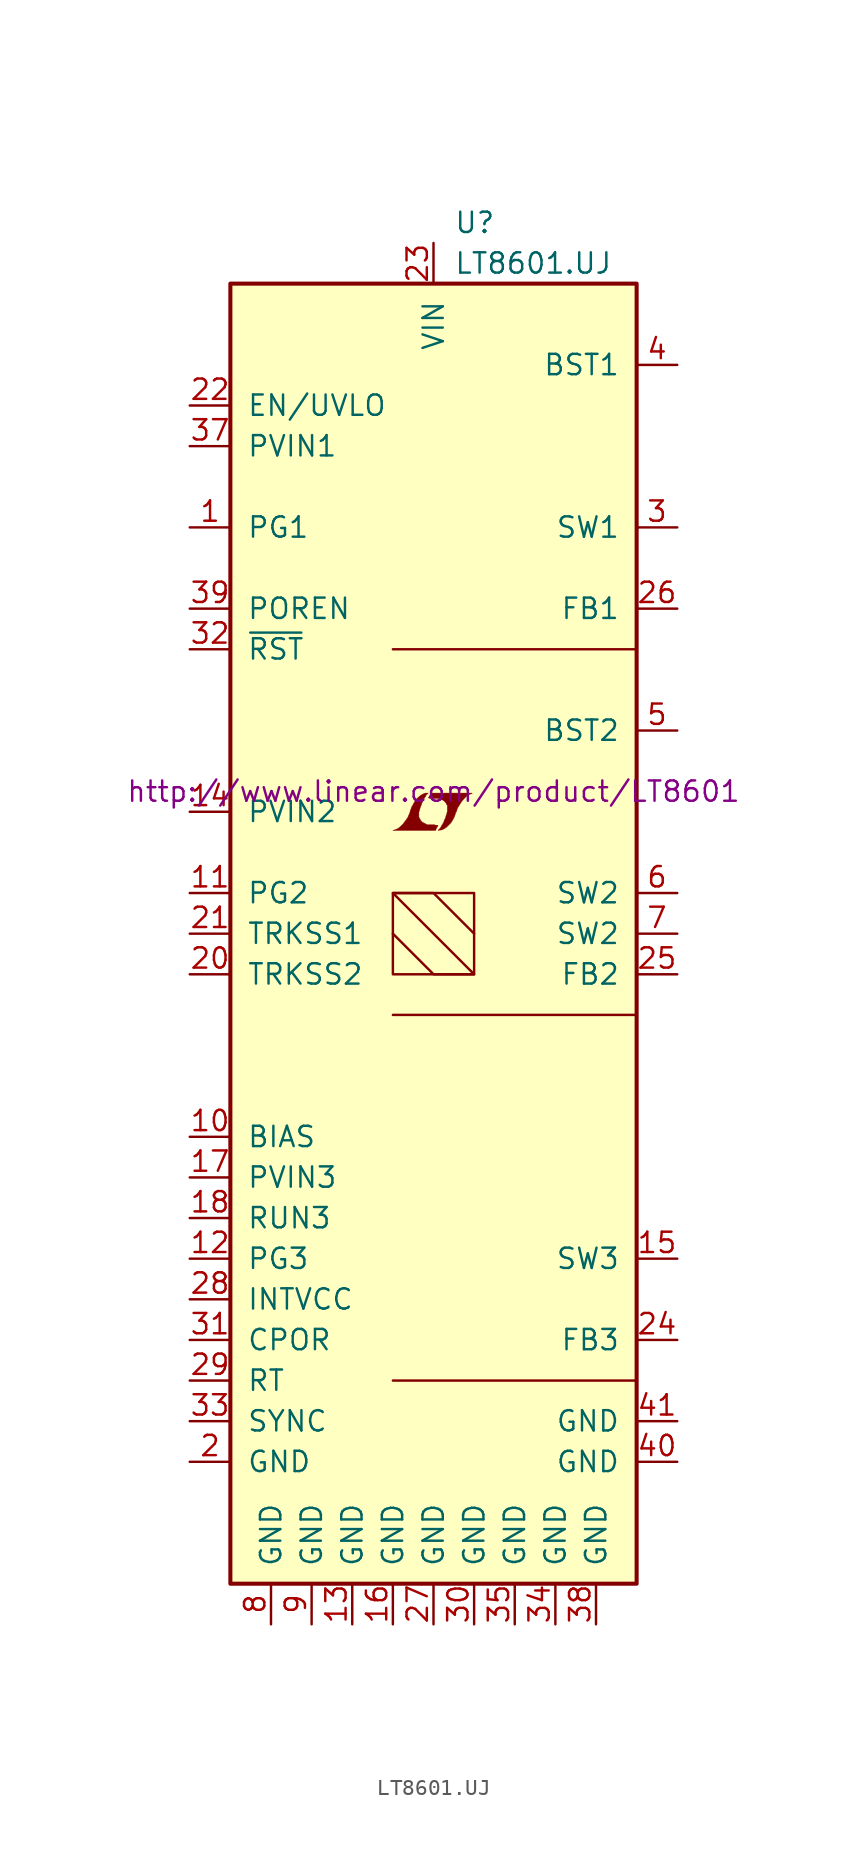
<source format=kicad_sym>
(kicad_symbol_lib
  (version 20201005)
  (generator kicad_symbol_editor)
  (symbol "LT8601.UJ"
    (pin_names
      (offset 1.016))
    (property "Reference" "U"
      (at 1.27 44.45 0)
      (effects (font (size 1.27 1.27)) (justify left)))
    (property "Value" "LT8601.UJ"
      (at 1.27 41.91 0)
      (effects (font (size 1.27 1.27)) (justify left)))
    (property "Datasheet" "http://www.linear.com/product/LT8601"
      (at 0 8.89 0)
      (effects (font (size 1.27 1.27))))
    (symbol "LT8601.UJ_0_0"
      (polyline (pts (xy 0.203 6.629) (xy 0.229 6.655) (xy 0.279 6.756) (xy 0.279 6.782) (xy 0.152 6.782) (xy 0.051 6.807) (xy -0.406 6.807) (xy -0.432 6.833) (xy -0.686 6.96) (xy -0.787 7.061) (xy -0.864 7.188) (xy -0.914 7.29) (xy -0.914 7.595) (xy -0.864 7.747) (xy -0.838 7.849) (xy -0.813 7.925) (xy -0.762 8.052) (xy -0.711 8.204) (xy -0.635 8.331) (xy -0.584 8.458) (xy -0.508 8.56) (xy -0.457 8.661) (xy -0.33 8.788) (xy -0.508 8.788) (xy -0.635 8.738) (xy -0.737 8.687) (xy -0.813 8.636) (xy -0.94 8.534) (xy -1.118 8.357) (xy -1.372 7.899) (xy -1.473 7.62) (xy -1.473 7.569) (xy -1.524 7.468) (xy -1.575 7.341) (xy -1.626 7.239) (xy -1.753 7.061) (xy -1.905 6.858) (xy -2.057 6.706) (xy -2.21 6.579) (xy -2.388 6.502) (xy -2.54 6.452) (xy 0.127 6.452) (xy 0.203 6.629)) (stroke (width 0.025)) (fill (type outline)))
      (polyline (pts (xy 0.406 6.477) (xy 0.483 6.477) (xy 0.66 6.553) (xy 0.813 6.655) (xy 1.092 6.934) (xy 1.219 7.137) (xy 1.321 7.341) (xy 1.397 7.595) (xy 1.422 7.595) (xy 1.499 7.849) (xy 1.753 8.255) (xy 1.905 8.433) (xy 2.057 8.585) (xy 2.21 8.687) (xy 2.388 8.763) (xy 2.413 8.763) (xy 2.413 8.788) (xy -0.152 8.788) (xy -0.229 8.636) (xy -0.254 8.611) (xy -0.305 8.509) (xy -0.33 8.484) (xy -0.279 8.484) (xy -0.229 8.458) (xy 0.305 8.458) (xy 0.356 8.433) (xy 0.406 8.433) (xy 0.483 8.407) (xy 0.61 8.331) (xy 0.737 8.23) (xy 0.813 8.103) (xy 0.838 8.052) (xy 0.864 8.026) (xy 0.864 7.62) (xy 0.838 7.569) (xy 0.838 7.493) (xy 0.787 7.391) (xy 0.762 7.264) (xy 0.686 7.112) (xy 0.635 6.96) (xy 0.483 6.706) (xy 0.432 6.604) (xy 0.279 6.452) (xy 0.406 6.477)) (stroke (width 0.025)) (fill (type outline))))
    (symbol "LT8601.UJ_0_1"
      (rectangle (start -12.7 40.64) (end 12.7 -40.64) (stroke (width 0.254)) (fill (type background)))
      (rectangle (start -2.54 2.54) (end 2.54 -2.54) (stroke (width 0)) (fill (type none)))
      (polyline (pts (xy 12.7 -27.94) (xy -2.54 -27.94)) (stroke (width 0)) (fill (type none)))
      (polyline (pts (xy 12.7 -5.08) (xy -2.54 -5.08)) (stroke (width 0)) (fill (type none)))
      (polyline (pts (xy 12.7 17.78) (xy -2.54 17.78)) (stroke (width 0)) (fill (type none)))
      (polyline (pts (xy -2.54 0) (xy 0 -2.54) (xy 2.54 -2.54) (xy -2.54 2.54) (xy 0 2.54) (xy 2.54 0)) (stroke (width 0)) (fill (type none))))
    (symbol "LT8601.UJ_1_1"
      (pin open_collector line (at -15.24 25.4 0) (length 2.54) (name "PG1" (effects (font (size 1.27 1.27)))) (number "1" (effects (font (size 1.27 1.27)))))
      (pin passive line (at -15.24 -12.7 0) (length 2.54) (name "BIAS" (effects (font (size 1.27 1.27)))) (number "10" (effects (font (size 1.27 1.27)))))
      (pin open_collector line (at -15.24 2.54 0) (length 2.54) (name "PG2" (effects (font (size 1.27 1.27)))) (number "11" (effects (font (size 1.27 1.27)))))
      (pin open_collector line (at -15.24 -20.32 0) (length 2.54) (name "PG3" (effects (font (size 1.27 1.27)))) (number "12" (effects (font (size 1.27 1.27)))))
      (pin power_in line (at -5.08 -43.18 90) (length 2.54) (name "GND" (effects (font (size 1.27 1.27)))) (number "13" (effects (font (size 1.27 1.27)))))
      (pin power_in line (at -15.24 7.62 0) (length 2.54) (name "PVIN2" (effects (font (size 1.27 1.27)))) (number "14" (effects (font (size 1.27 1.27)))))
      (pin power_out line (at 15.24 -20.32 180) (length 2.54) (name "SW3" (effects (font (size 1.27 1.27)))) (number "15" (effects (font (size 1.27 1.27)))))
      (pin power_in line (at -2.54 -43.18 90) (length 2.54) (name "GND" (effects (font (size 1.27 1.27)))) (number "16" (effects (font (size 1.27 1.27)))))
      (pin power_in line (at -15.24 -15.24 0) (length 2.54) (name "PVIN3" (effects (font (size 1.27 1.27)))) (number "17" (effects (font (size 1.27 1.27)))))
      (pin input line (at -15.24 -17.78 0) (length 2.54) (name "RUN3" (effects (font (size 1.27 1.27)))) (number "18" (effects (font (size 1.27 1.27)))))
      (pin unconnected line (at -15.24 -7.62 0) (length 2.54) hide (name "NC" (effects (font (size 1.27 1.27)))) (number "19" (effects (font (size 1.27 1.27)))))
      (pin power_in line (at -15.24 -33.02 0) (length 2.54) (name "GND" (effects (font (size 1.27 1.27)))) (number "2" (effects (font (size 1.27 1.27)))))
      (pin passive line (at -15.24 -2.54 0) (length 2.54) (name "TRKSS2" (effects (font (size 1.27 1.27)))) (number "20" (effects (font (size 1.27 1.27)))))
      (pin passive line (at -15.24 0 0) (length 2.54) (name "TRKSS1" (effects (font (size 1.27 1.27)))) (number "21" (effects (font (size 1.27 1.27)))))
      (pin input line (at -15.24 33.02 0) (length 2.54) (name "EN/UVLO" (effects (font (size 1.27 1.27)))) (number "22" (effects (font (size 1.27 1.27)))))
      (pin power_in line (at 0 43.18 270) (length 2.54) (name "VIN" (effects (font (size 1.27 1.27)))) (number "23" (effects (font (size 1.27 1.27)))))
      (pin input line (at 15.24 -25.4 180) (length 2.54) (name "FB3" (effects (font (size 1.27 1.27)))) (number "24" (effects (font (size 1.27 1.27)))))
      (pin input line (at 15.24 -2.54 180) (length 2.54) (name "FB2" (effects (font (size 1.27 1.27)))) (number "25" (effects (font (size 1.27 1.27)))))
      (pin input line (at 15.24 20.32 180) (length 2.54) (name "FB1" (effects (font (size 1.27 1.27)))) (number "26" (effects (font (size 1.27 1.27)))))
      (pin power_in line (at 0 -43.18 90) (length 2.54) (name "GND" (effects (font (size 1.27 1.27)))) (number "27" (effects (font (size 1.27 1.27)))))
      (pin passive line (at -15.24 -22.86 0) (length 2.54) (name "INTVCC" (effects (font (size 1.27 1.27)))) (number "28" (effects (font (size 1.27 1.27)))))
      (pin passive line (at -15.24 -27.94 0) (length 2.54) (name "RT" (effects (font (size 1.27 1.27)))) (number "29" (effects (font (size 1.27 1.27)))))
      (pin power_out line (at 15.24 25.4 180) (length 2.54) (name "SW1" (effects (font (size 1.27 1.27)))) (number "3" (effects (font (size 1.27 1.27)))))
      (pin power_in line (at 2.54 -43.18 90) (length 2.54) (name "GND" (effects (font (size 1.27 1.27)))) (number "30" (effects (font (size 1.27 1.27)))))
      (pin passive line (at -15.24 -25.4 0) (length 2.54) (name "CPOR" (effects (font (size 1.27 1.27)))) (number "31" (effects (font (size 1.27 1.27)))))
      (pin open_collector line (at -15.24 17.78 0) (length 2.54) (name "~RST~" (effects (font (size 1.27 1.27)))) (number "32" (effects (font (size 1.27 1.27)))))
      (pin input line (at -15.24 -30.48 0) (length 2.54) (name "SYNC" (effects (font (size 1.27 1.27)))) (number "33" (effects (font (size 1.27 1.27)))))
      (pin power_in line (at 7.62 -43.18 90) (length 2.54) (name "GND" (effects (font (size 1.27 1.27)))) (number "34" (effects (font (size 1.27 1.27)))))
      (pin power_in line (at 5.08 -43.18 90) (length 2.54) (name "GND" (effects (font (size 1.27 1.27)))) (number "35" (effects (font (size 1.27 1.27)))))
      (pin unconnected line (at -15.24 -10.16 0) (length 2.54) hide (name "NC" (effects (font (size 1.27 1.27)))) (number "36" (effects (font (size 1.27 1.27)))))
      (pin power_in line (at -15.24 30.48 0) (length 2.54) (name "PVIN1" (effects (font (size 1.27 1.27)))) (number "37" (effects (font (size 1.27 1.27)))))
      (pin power_in line (at 10.16 -43.18 90) (length 2.54) (name "GND" (effects (font (size 1.27 1.27)))) (number "38" (effects (font (size 1.27 1.27)))))
      (pin input line (at -15.24 20.32 0) (length 2.54) (name "POREN" (effects (font (size 1.27 1.27)))) (number "39" (effects (font (size 1.27 1.27)))))
      (pin passive line (at 15.24 35.56 180) (length 2.54) (name "BST1" (effects (font (size 1.27 1.27)))) (number "4" (effects (font (size 1.27 1.27)))))
      (pin power_in line (at 15.24 -33.02 180) (length 2.54) (name "GND" (effects (font (size 1.27 1.27)))) (number "40" (effects (font (size 1.27 1.27)))))
      (pin power_in line (at 15.24 -30.48 180) (length 2.54) (name "GND" (effects (font (size 1.27 1.27)))) (number "41" (effects (font (size 1.27 1.27)))))
      (pin passive line (at 15.24 12.7 180) (length 2.54) (name "BST2" (effects (font (size 1.27 1.27)))) (number "5" (effects (font (size 1.27 1.27)))))
      (pin power_out line (at 15.24 2.54 180) (length 2.54) (name "SW2" (effects (font (size 1.27 1.27)))) (number "6" (effects (font (size 1.27 1.27)))))
      (pin power_out line (at 15.24 0 180) (length 2.54) (name "SW2" (effects (font (size 1.27 1.27)))) (number "7" (effects (font (size 1.27 1.27)))))
      (pin power_in line (at -10.16 -43.18 90) (length 2.54) (name "GND" (effects (font (size 1.27 1.27)))) (number "8" (effects (font (size 1.27 1.27)))))
      (pin power_in line (at -7.62 -43.18 90) (length 2.54) (name "GND" (effects (font (size 1.27 1.27)))) (number "9" (effects (font (size 1.27 1.27))))))))
</source>
